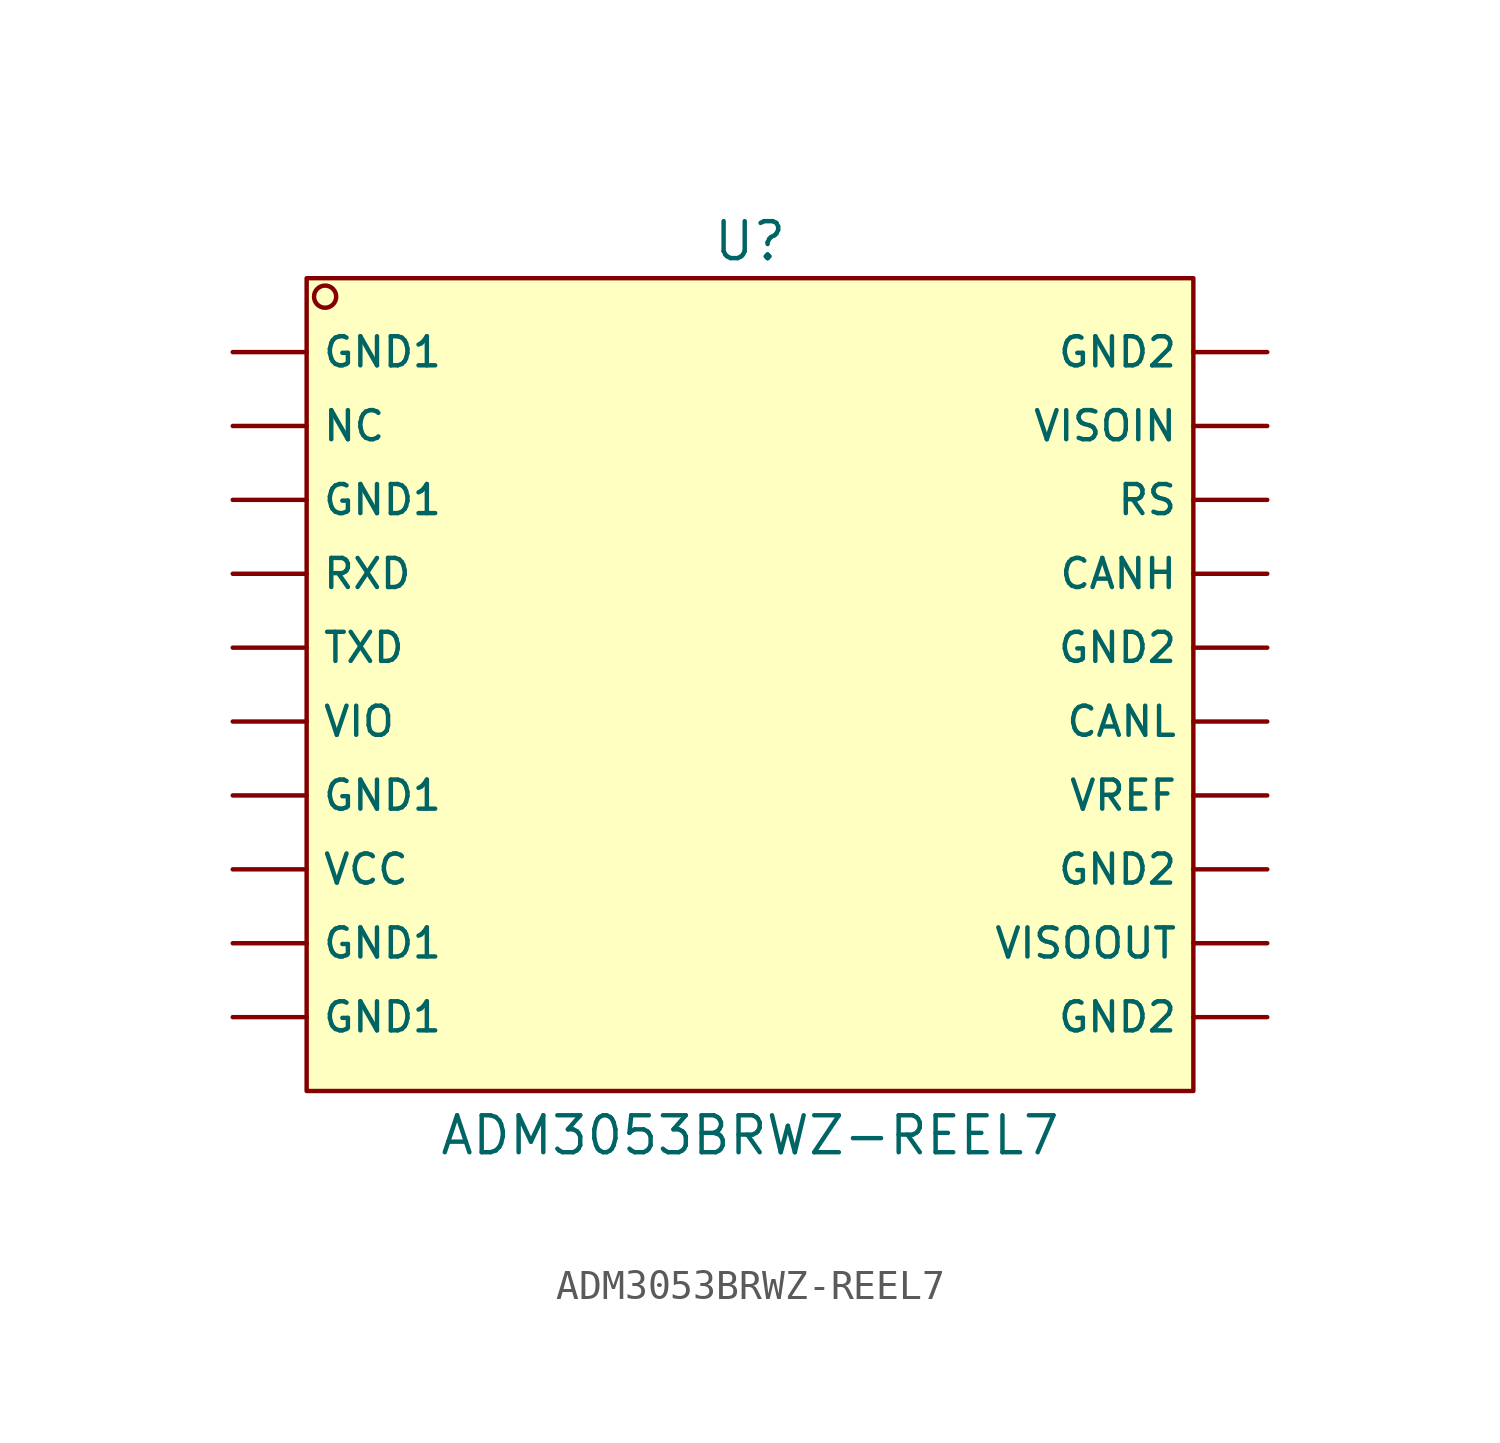
<source format=kicad_sym>
(kicad_symbol_lib
  (version 20220914)
  (generator kicad_symbol_editor)
  (symbol "ADM3053BRWZ-REEL7"
    (pin_numbers hide)
    (property "Reference" "U"
      (at 0 15.24 0)
      (effects (font (size 1.27 1.27))))
    (property "Value" "ADM3053BRWZ-REEL7"
      (at 0 -15.494 0)
      (effects (font (size 1.27 1.27))))
    (symbol "ADM3053BRWZ-REEL7_0_1"
      (rectangle (start -15.24 13.97) (end 15.24 -13.97) (stroke (width 0) (type default)) (fill (type background)))
      (circle (center -14.605 13.335) (radius 0.381) (stroke (width 0) (type default)) (fill (type background)))
      (pin unspecified line (at -17.78 11.43 0) (length 2.54) (name "GND1" (effects (font (size 1 1)))) (number "1" (effects (font (size 1 1)))))
      (pin unspecified line (at -17.78 -11.43 0) (length 2.54) (name "GND1" (effects (font (size 1 1)))) (number "10" (effects (font (size 1 1)))))
      (pin unspecified line (at 17.78 -11.43 180) (length 2.54) (name "GND2" (effects (font (size 1 1)))) (number "11" (effects (font (size 1 1)))))
      (pin unspecified line (at 17.78 -8.89 180) (length 2.54) (name "VISOOUT" (effects (font (size 1 1)))) (number "12" (effects (font (size 1 1)))))
      (pin unspecified line (at 17.78 -6.35 180) (length 2.54) (name "GND2" (effects (font (size 1 1)))) (number "13" (effects (font (size 1 1)))))
      (pin unspecified line (at 17.78 -3.81 180) (length 2.54) (name "VREF" (effects (font (size 1 1)))) (number "14" (effects (font (size 1 1)))))
      (pin unspecified line (at 17.78 -1.27 180) (length 2.54) (name "CANL" (effects (font (size 1 1)))) (number "15" (effects (font (size 1 1)))))
      (pin unspecified line (at 17.78 1.27 180) (length 2.54) (name "GND2" (effects (font (size 1 1)))) (number "16" (effects (font (size 1 1)))))
      (pin unspecified line (at 17.78 3.81 180) (length 2.54) (name "CANH" (effects (font (size 1 1)))) (number "17" (effects (font (size 1 1)))))
      (pin unspecified line (at 17.78 6.35 180) (length 2.54) (name "RS" (effects (font (size 1 1)))) (number "18" (effects (font (size 1 1)))))
      (pin unspecified line (at 17.78 8.89 180) (length 2.54) (name "VISOIN" (effects (font (size 1 1)))) (number "19" (effects (font (size 1 1)))))
      (pin unspecified line (at -17.78 8.89 0) (length 2.54) (name "NC" (effects (font (size 1 1)))) (number "2" (effects (font (size 1 1)))))
      (pin unspecified line (at 17.78 11.43 180) (length 2.54) (name "GND2" (effects (font (size 1 1)))) (number "20" (effects (font (size 1 1)))))
      (pin unspecified line (at -17.78 6.35 0) (length 2.54) (name "GND1" (effects (font (size 1 1)))) (number "3" (effects (font (size 1 1)))))
      (pin unspecified line (at -17.78 3.81 0) (length 2.54) (name "RXD" (effects (font (size 1 1)))) (number "4" (effects (font (size 1 1)))))
      (pin unspecified line (at -17.78 1.27 0) (length 2.54) (name "TXD" (effects (font (size 1 1)))) (number "5" (effects (font (size 1 1)))))
      (pin unspecified line (at -17.78 -1.27 0) (length 2.54) (name "VIO" (effects (font (size 1 1)))) (number "6" (effects (font (size 1 1)))))
      (pin unspecified line (at -17.78 -3.81 0) (length 2.54) (name "GND1" (effects (font (size 1 1)))) (number "7" (effects (font (size 1 1)))))
      (pin unspecified line (at -17.78 -6.35 0) (length 2.54) (name "VCC" (effects (font (size 1 1)))) (number "8" (effects (font (size 1 1)))))
      (pin unspecified line (at -17.78 -8.89 0) (length 2.54) (name "GND1" (effects (font (size 1 1)))) (number "9" (effects (font (size 1 1))))))))
</source>
